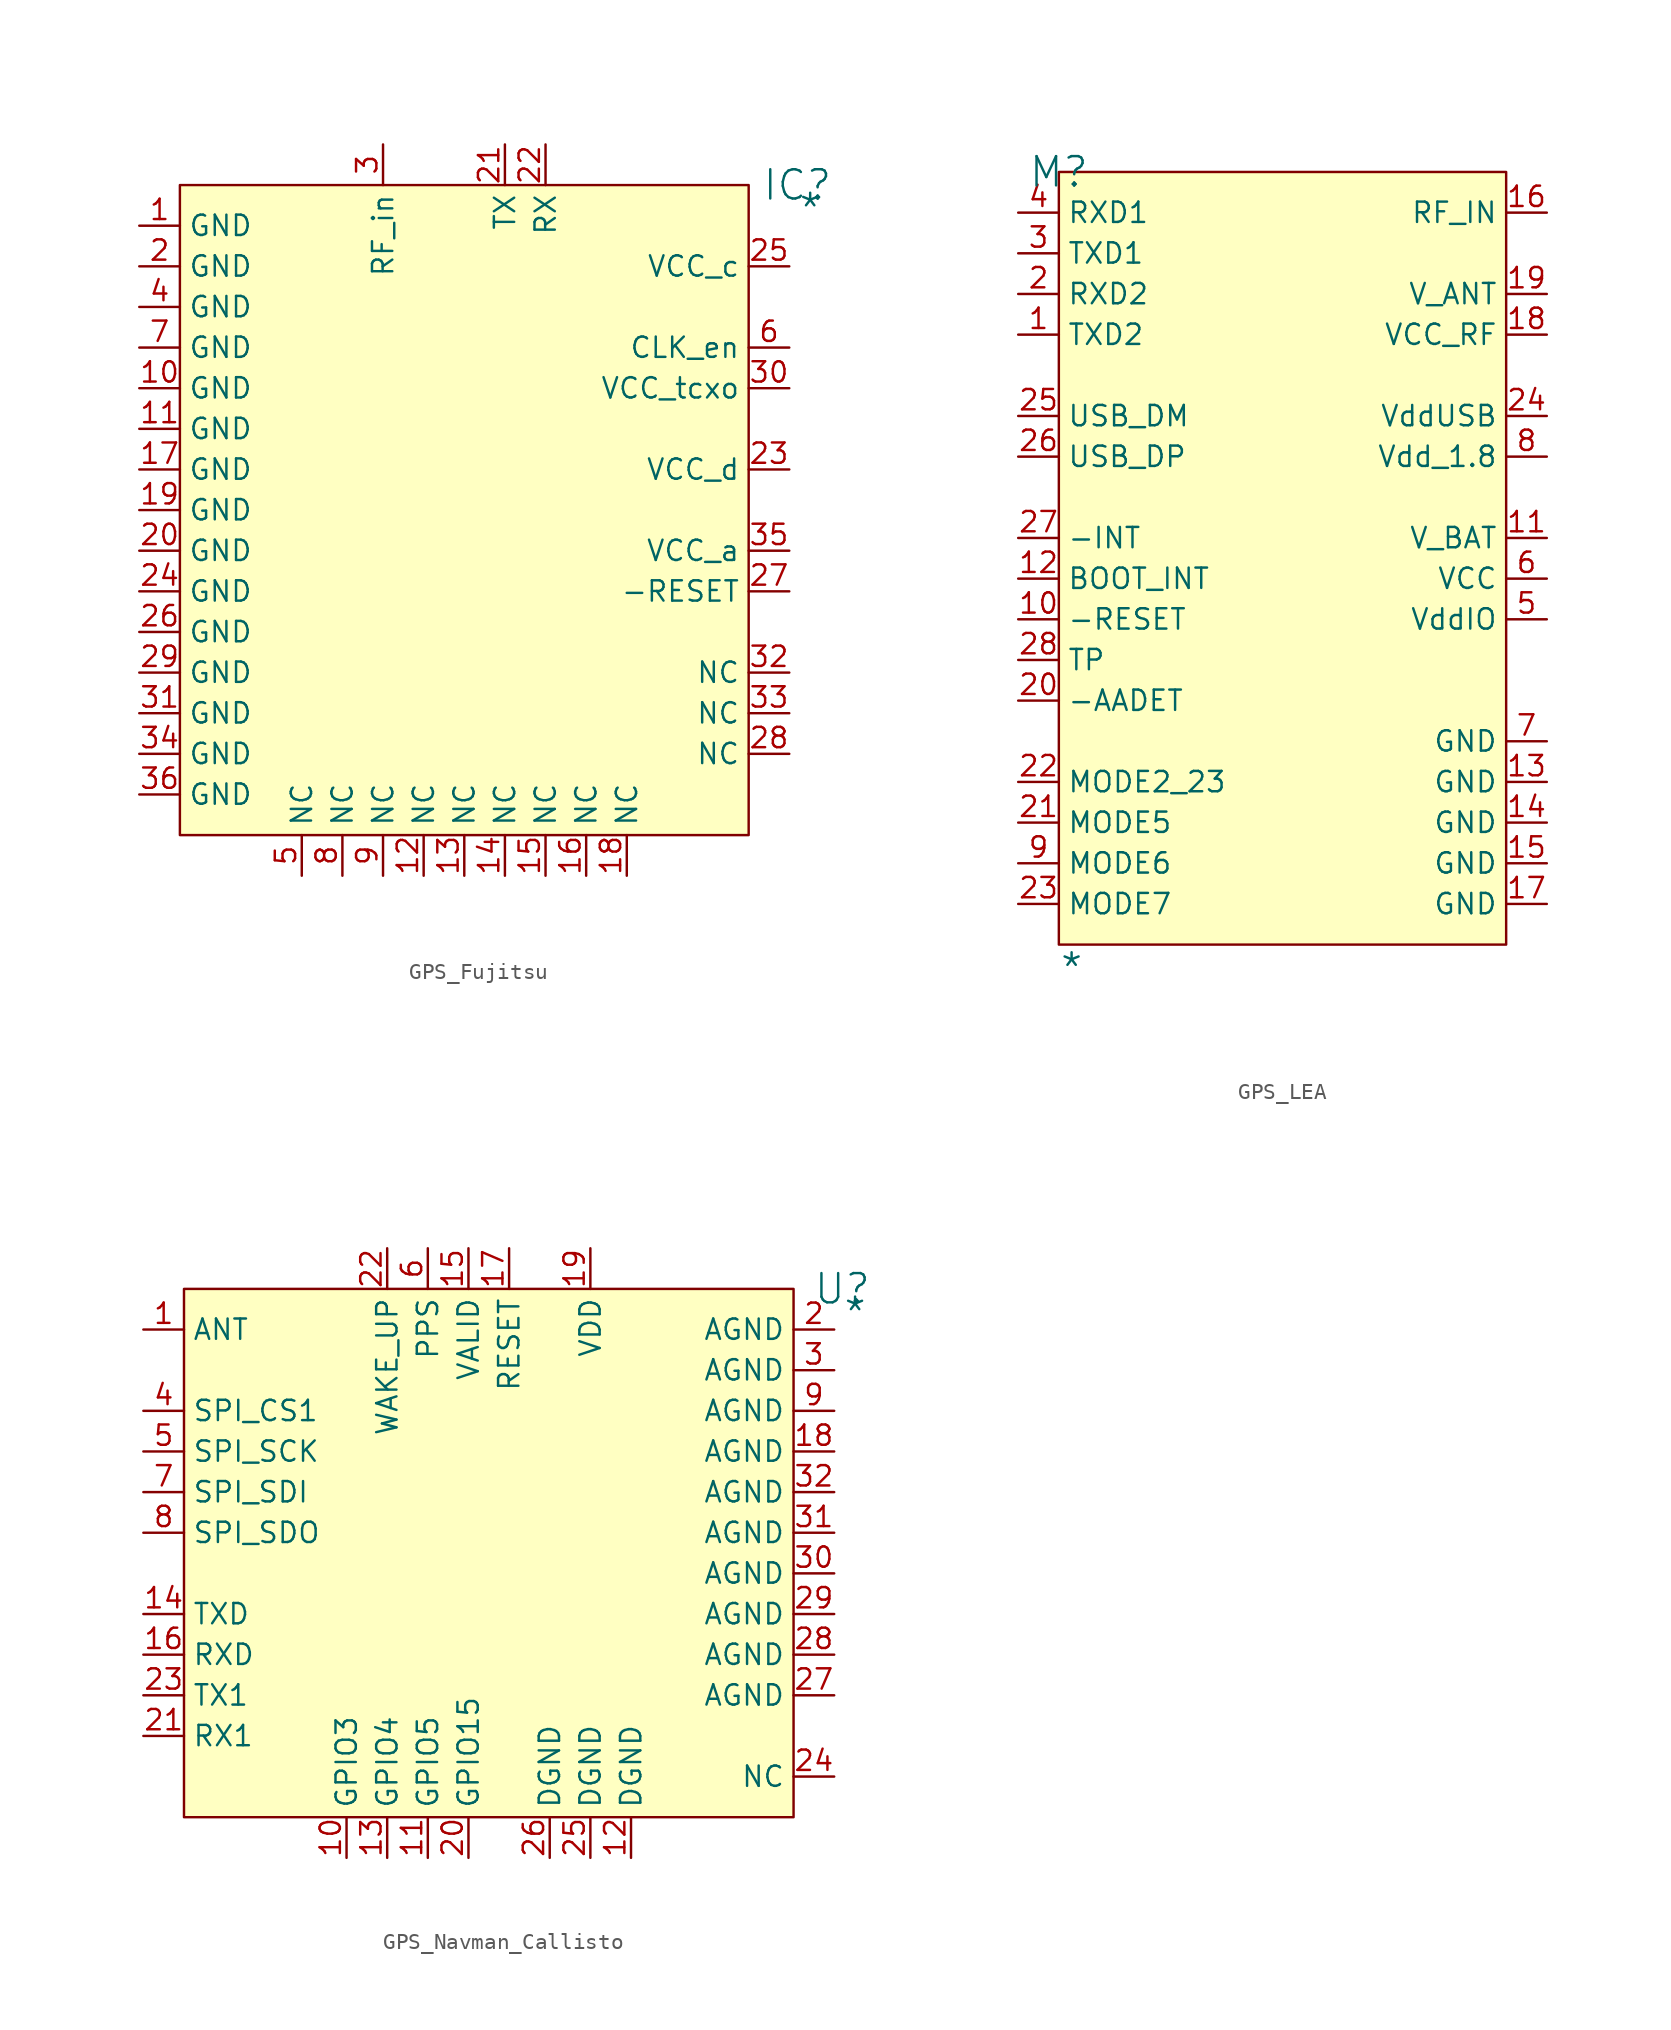
<source format=kicad_sym>
(kicad_symbol_lib
  (version 20241209)
  (generator "kicad_symbol_editor")
  (generator_version "9.0")
  (symbol "GPS_Fujitsu"
    (property "Reference" "IC"
      (at 38.608 0 0)
      (effects (font (size 1.829 1.829))))
    (property "Value" "*"
      (at 38.608 -2.54 0)
      (effects (font (size 1.829 1.829)) (justify left bottom)))
    (symbol "GPS_Fujitsu_1_0"
      (rectangle (start 35.56 0) (end 0 -40.64) (stroke (width 0) (type solid) (color 128 0 0 1)) (fill (type background)))
      (pin passive line (at -2.54 -2.54 0) (length 2.54) (name "GND" (effects (font (size 1.27 1.27)))) (number "1" (effects (font (size 1.27 1.27)))))
      (pin passive line (at -2.54 -5.08 0) (length 2.54) (name "GND" (effects (font (size 1.27 1.27)))) (number "2" (effects (font (size 1.27 1.27)))))
      (pin passive line (at -2.54 -7.62 0) (length 2.54) (name "GND" (effects (font (size 1.27 1.27)))) (number "4" (effects (font (size 1.27 1.27)))))
      (pin passive line (at -2.54 -10.16 0) (length 2.54) (name "GND" (effects (font (size 1.27 1.27)))) (number "7" (effects (font (size 1.27 1.27)))))
      (pin passive line (at -2.54 -12.7 0) (length 2.54) (name "GND" (effects (font (size 1.27 1.27)))) (number "10" (effects (font (size 1.27 1.27)))))
      (pin passive line (at -2.54 -15.24 0) (length 2.54) (name "GND" (effects (font (size 1.27 1.27)))) (number "11" (effects (font (size 1.27 1.27)))))
      (pin passive line (at -2.54 -17.78 0) (length 2.54) (name "GND" (effects (font (size 1.27 1.27)))) (number "17" (effects (font (size 1.27 1.27)))))
      (pin passive line (at -2.54 -20.32 0) (length 2.54) (name "GND" (effects (font (size 1.27 1.27)))) (number "19" (effects (font (size 1.27 1.27)))))
      (pin passive line (at -2.54 -22.86 0) (length 2.54) (name "GND" (effects (font (size 1.27 1.27)))) (number "20" (effects (font (size 1.27 1.27)))))
      (pin passive line (at -2.54 -25.4 0) (length 2.54) (name "GND" (effects (font (size 1.27 1.27)))) (number "24" (effects (font (size 1.27 1.27)))))
      (pin passive line (at -2.54 -27.94 0) (length 2.54) (name "GND" (effects (font (size 1.27 1.27)))) (number "26" (effects (font (size 1.27 1.27)))))
      (pin passive line (at -2.54 -30.48 0) (length 2.54) (name "GND" (effects (font (size 1.27 1.27)))) (number "29" (effects (font (size 1.27 1.27)))))
      (pin passive line (at -2.54 -33.02 0) (length 2.54) (name "GND" (effects (font (size 1.27 1.27)))) (number "31" (effects (font (size 1.27 1.27)))))
      (pin passive line (at -2.54 -35.56 0) (length 2.54) (name "GND" (effects (font (size 1.27 1.27)))) (number "34" (effects (font (size 1.27 1.27)))))
      (pin passive line (at -2.54 -38.1 0) (length 2.54) (name "GND" (effects (font (size 1.27 1.27)))) (number "36" (effects (font (size 1.27 1.27)))))
      (pin passive line (at 7.62 -43.18 90) (length 2.54) (name "NC" (effects (font (size 1.27 1.27)))) (number "5" (effects (font (size 1.27 1.27)))))
      (pin passive line (at 10.16 -43.18 90) (length 2.54) (name "NC" (effects (font (size 1.27 1.27)))) (number "8" (effects (font (size 1.27 1.27)))))
      (pin passive line (at 12.7 2.54 270) (length 2.54) (name "RF_in" (effects (font (size 1.27 1.27)))) (number "3" (effects (font (size 1.27 1.27)))))
      (pin passive line (at 12.7 -43.18 90) (length 2.54) (name "NC" (effects (font (size 1.27 1.27)))) (number "9" (effects (font (size 1.27 1.27)))))
      (pin passive line (at 15.24 -43.18 90) (length 2.54) (name "NC" (effects (font (size 1.27 1.27)))) (number "12" (effects (font (size 1.27 1.27)))))
      (pin passive line (at 17.78 -43.18 90) (length 2.54) (name "NC" (effects (font (size 1.27 1.27)))) (number "13" (effects (font (size 1.27 1.27)))))
      (pin passive line (at 20.32 2.54 270) (length 2.54) (name "TX" (effects (font (size 1.27 1.27)))) (number "21" (effects (font (size 1.27 1.27)))))
      (pin passive line (at 20.32 -43.18 90) (length 2.54) (name "NC" (effects (font (size 1.27 1.27)))) (number "14" (effects (font (size 1.27 1.27)))))
      (pin passive line (at 22.86 2.54 270) (length 2.54) (name "RX" (effects (font (size 1.27 1.27)))) (number "22" (effects (font (size 1.27 1.27)))))
      (pin passive line (at 22.86 -43.18 90) (length 2.54) (name "NC" (effects (font (size 1.27 1.27)))) (number "15" (effects (font (size 1.27 1.27)))))
      (pin passive line (at 25.4 -43.18 90) (length 2.54) (name "NC" (effects (font (size 1.27 1.27)))) (number "16" (effects (font (size 1.27 1.27)))))
      (pin passive line (at 27.94 -43.18 90) (length 2.54) (name "NC" (effects (font (size 1.27 1.27)))) (number "18" (effects (font (size 1.27 1.27)))))
      (pin passive line (at 38.1 -5.08 180) (length 2.54) (name "VCC_c" (effects (font (size 1.27 1.27)))) (number "25" (effects (font (size 1.27 1.27)))))
      (pin passive line (at 38.1 -10.16 180) (length 2.54) (name "CLK_en" (effects (font (size 1.27 1.27)))) (number "6" (effects (font (size 1.27 1.27)))))
      (pin passive line (at 38.1 -12.7 180) (length 2.54) (name "VCC_tcxo" (effects (font (size 1.27 1.27)))) (number "30" (effects (font (size 1.27 1.27)))))
      (pin passive line (at 38.1 -17.78 180) (length 2.54) (name "VCC_d" (effects (font (size 1.27 1.27)))) (number "23" (effects (font (size 1.27 1.27)))))
      (pin passive line (at 38.1 -22.86 180) (length 2.54) (name "VCC_a" (effects (font (size 1.27 1.27)))) (number "35" (effects (font (size 1.27 1.27)))))
      (pin passive line (at 38.1 -25.4 180) (length 2.54) (name "-RESET" (effects (font (size 1.27 1.27)))) (number "27" (effects (font (size 1.27 1.27)))))
      (pin passive line (at 38.1 -30.48 180) (length 2.54) (name "NC" (effects (font (size 1.27 1.27)))) (number "32" (effects (font (size 1.27 1.27)))))
      (pin passive line (at 38.1 -33.02 180) (length 2.54) (name "NC" (effects (font (size 1.27 1.27)))) (number "33" (effects (font (size 1.27 1.27)))))
      (pin passive line (at 38.1 -35.56 180) (length 2.54) (name "NC" (effects (font (size 1.27 1.27)))) (number "28" (effects (font (size 1.27 1.27)))))))
  (symbol "GPS_LEA"
    (property "Reference" "M"
      (at 0 0 0)
      (effects (font (size 1.829 1.829))))
    (property "Value" "*"
      (at 0 -50.8 0)
      (effects (font (size 1.829 1.829)) (justify left bottom)))
    (symbol "GPS_LEA_1_0"
      (rectangle (start 27.94 0) (end 0 -48.26) (stroke (width 0) (type solid) (color 128 0 0 1)) (fill (type background)))
      (pin passive line (at -2.54 -2.54 0) (length 2.54) (name "RXD1" (effects (font (size 1.27 1.27)))) (number "4" (effects (font (size 1.27 1.27)))))
      (pin passive line (at -2.54 -5.08 0) (length 2.54) (name "TXD1" (effects (font (size 1.27 1.27)))) (number "3" (effects (font (size 1.27 1.27)))))
      (pin passive line (at -2.54 -7.62 0) (length 2.54) (name "RXD2" (effects (font (size 1.27 1.27)))) (number "2" (effects (font (size 1.27 1.27)))))
      (pin passive line (at -2.54 -10.16 0) (length 2.54) (name "TXD2" (effects (font (size 1.27 1.27)))) (number "1" (effects (font (size 1.27 1.27)))))
      (pin passive line (at -2.54 -15.24 0) (length 2.54) (name "USB_DM" (effects (font (size 1.27 1.27)))) (number "25" (effects (font (size 1.27 1.27)))))
      (pin passive line (at -2.54 -17.78 0) (length 2.54) (name "USB_DP" (effects (font (size 1.27 1.27)))) (number "26" (effects (font (size 1.27 1.27)))))
      (pin passive line (at -2.54 -22.86 0) (length 2.54) (name "-INT" (effects (font (size 1.27 1.27)))) (number "27" (effects (font (size 1.27 1.27)))))
      (pin passive line (at -2.54 -25.4 0) (length 2.54) (name "BOOT_INT" (effects (font (size 1.27 1.27)))) (number "12" (effects (font (size 1.27 1.27)))))
      (pin passive line (at -2.54 -27.94 0) (length 2.54) (name "-RESET" (effects (font (size 1.27 1.27)))) (number "10" (effects (font (size 1.27 1.27)))))
      (pin passive line (at -2.54 -30.48 0) (length 2.54) (name "TP" (effects (font (size 1.27 1.27)))) (number "28" (effects (font (size 1.27 1.27)))))
      (pin passive line (at -2.54 -33.02 0) (length 2.54) (name "-AADET" (effects (font (size 1.27 1.27)))) (number "20" (effects (font (size 1.27 1.27)))))
      (pin passive line (at -2.54 -38.1 0) (length 2.54) (name "MODE2_23" (effects (font (size 1.27 1.27)))) (number "22" (effects (font (size 1.27 1.27)))))
      (pin passive line (at -2.54 -40.64 0) (length 2.54) (name "MODE5" (effects (font (size 1.27 1.27)))) (number "21" (effects (font (size 1.27 1.27)))))
      (pin passive line (at -2.54 -43.18 0) (length 2.54) (name "MODE6" (effects (font (size 1.27 1.27)))) (number "9" (effects (font (size 1.27 1.27)))))
      (pin passive line (at -2.54 -45.72 0) (length 2.54) (name "MODE7" (effects (font (size 1.27 1.27)))) (number "23" (effects (font (size 1.27 1.27)))))
      (pin passive line (at 30.48 -2.54 180) (length 2.54) (name "RF_IN" (effects (font (size 1.27 1.27)))) (number "16" (effects (font (size 1.27 1.27)))))
      (pin passive line (at 30.48 -7.62 180) (length 2.54) (name "V_ANT" (effects (font (size 1.27 1.27)))) (number "19" (effects (font (size 1.27 1.27)))))
      (pin output line (at 30.48 -10.16 180) (length 2.54) (name "VCC_RF" (effects (font (size 1.27 1.27)))) (number "18" (effects (font (size 1.27 1.27)))))
      (pin passive line (at 30.48 -15.24 180) (length 2.54) (name "VddUSB" (effects (font (size 1.27 1.27)))) (number "24" (effects (font (size 1.27 1.27)))))
      (pin passive line (at 30.48 -17.78 180) (length 2.54) (name "Vdd_1.8" (effects (font (size 1.27 1.27)))) (number "8" (effects (font (size 1.27 1.27)))))
      (pin passive line (at 30.48 -22.86 180) (length 2.54) (name "V_BAT" (effects (font (size 1.27 1.27)))) (number "11" (effects (font (size 1.27 1.27)))))
      (pin passive line (at 30.48 -25.4 180) (length 2.54) (name "VCC" (effects (font (size 1.27 1.27)))) (number "6" (effects (font (size 1.27 1.27)))))
      (pin passive line (at 30.48 -27.94 180) (length 2.54) (name "VddIO" (effects (font (size 1.27 1.27)))) (number "5" (effects (font (size 1.27 1.27)))))
      (pin passive line (at 30.48 -35.56 180) (length 2.54) (name "GND" (effects (font (size 1.27 1.27)))) (number "7" (effects (font (size 1.27 1.27)))))
      (pin passive line (at 30.48 -38.1 180) (length 2.54) (name "GND" (effects (font (size 1.27 1.27)))) (number "13" (effects (font (size 1.27 1.27)))))
      (pin passive line (at 30.48 -40.64 180) (length 2.54) (name "GND" (effects (font (size 1.27 1.27)))) (number "14" (effects (font (size 1.27 1.27)))))
      (pin passive line (at 30.48 -43.18 180) (length 2.54) (name "GND" (effects (font (size 1.27 1.27)))) (number "15" (effects (font (size 1.27 1.27)))))
      (pin passive line (at 30.48 -45.72 180) (length 2.54) (name "GND" (effects (font (size 1.27 1.27)))) (number "17" (effects (font (size 1.27 1.27)))))))
  (symbol "GPS_Navman_Callisto"
    (property "Reference" "U"
      (at 41.148 0 0)
      (effects (font (size 1.829 1.829))))
    (property "Value" "*"
      (at 41.148 -2.54 0)
      (effects (font (size 1.829 1.829)) (justify left bottom)))
    (symbol "GPS_Navman_Callisto_1_0"
      (rectangle (start 38.1 0) (end 0 -33.02) (stroke (width 0) (type solid) (color 128 0 0 1)) (fill (type background)))
      (pin passive line (at -2.54 -2.54 0) (length 2.54) (name "ANT" (effects (font (size 1.27 1.27)))) (number "1" (effects (font (size 1.27 1.27)))))
      (pin passive line (at -2.54 -7.62 0) (length 2.54) (name "SPI_CS1" (effects (font (size 1.27 1.27)))) (number "4" (effects (font (size 1.27 1.27)))))
      (pin passive line (at -2.54 -10.16 0) (length 2.54) (name "SPI_SCK" (effects (font (size 1.27 1.27)))) (number "5" (effects (font (size 1.27 1.27)))))
      (pin passive line (at -2.54 -12.7 0) (length 2.54) (name "SPI_SDI" (effects (font (size 1.27 1.27)))) (number "7" (effects (font (size 1.27 1.27)))))
      (pin passive line (at -2.54 -15.24 0) (length 2.54) (name "SPI_SDO" (effects (font (size 1.27 1.27)))) (number "8" (effects (font (size 1.27 1.27)))))
      (pin passive line (at -2.54 -20.32 0) (length 2.54) (name "TXD" (effects (font (size 1.27 1.27)))) (number "14" (effects (font (size 1.27 1.27)))))
      (pin passive line (at -2.54 -22.86 0) (length 2.54) (name "RXD" (effects (font (size 1.27 1.27)))) (number "16" (effects (font (size 1.27 1.27)))))
      (pin passive line (at -2.54 -25.4 0) (length 2.54) (name "TX1" (effects (font (size 1.27 1.27)))) (number "23" (effects (font (size 1.27 1.27)))))
      (pin passive line (at -2.54 -27.94 0) (length 2.54) (name "RX1" (effects (font (size 1.27 1.27)))) (number "21" (effects (font (size 1.27 1.27)))))
      (pin passive line (at 10.16 -35.56 90) (length 2.54) (name "GPIO3" (effects (font (size 1.27 1.27)))) (number "10" (effects (font (size 1.27 1.27)))))
      (pin passive line (at 12.7 2.54 270) (length 2.54) (name "WAKE_UP" (effects (font (size 1.27 1.27)))) (number "22" (effects (font (size 1.27 1.27)))))
      (pin passive line (at 12.7 -35.56 90) (length 2.54) (name "GPIO4" (effects (font (size 1.27 1.27)))) (number "13" (effects (font (size 1.27 1.27)))))
      (pin passive line (at 15.24 2.54 270) (length 2.54) (name "PPS" (effects (font (size 1.27 1.27)))) (number "6" (effects (font (size 1.27 1.27)))))
      (pin passive line (at 15.24 -35.56 90) (length 2.54) (name "GPIO5" (effects (font (size 1.27 1.27)))) (number "11" (effects (font (size 1.27 1.27)))))
      (pin passive line (at 17.78 2.54 270) (length 2.54) (name "VALID" (effects (font (size 1.27 1.27)))) (number "15" (effects (font (size 1.27 1.27)))))
      (pin passive line (at 17.78 -35.56 90) (length 2.54) (name "GPIO15" (effects (font (size 1.27 1.27)))) (number "20" (effects (font (size 1.27 1.27)))))
      (pin passive line (at 20.32 2.54 270) (length 2.54) (name "RESET" (effects (font (size 1.27 1.27)))) (number "17" (effects (font (size 1.27 1.27)))))
      (pin passive line (at 22.86 -35.56 90) (length 2.54) (name "DGND" (effects (font (size 1.27 1.27)))) (number "26" (effects (font (size 1.27 1.27)))))
      (pin passive line (at 25.4 2.54 270) (length 2.54) (name "VDD" (effects (font (size 1.27 1.27)))) (number "19" (effects (font (size 1.27 1.27)))))
      (pin passive line (at 25.4 -35.56 90) (length 2.54) (name "DGND" (effects (font (size 1.27 1.27)))) (number "25" (effects (font (size 1.27 1.27)))))
      (pin passive line (at 27.94 -35.56 90) (length 2.54) (name "DGND" (effects (font (size 1.27 1.27)))) (number "12" (effects (font (size 1.27 1.27)))))
      (pin passive line (at 40.64 -2.54 180) (length 2.54) (name "AGND" (effects (font (size 1.27 1.27)))) (number "2" (effects (font (size 1.27 1.27)))))
      (pin passive line (at 40.64 -5.08 180) (length 2.54) (name "AGND" (effects (font (size 1.27 1.27)))) (number "3" (effects (font (size 1.27 1.27)))))
      (pin passive line (at 40.64 -7.62 180) (length 2.54) (name "AGND" (effects (font (size 1.27 1.27)))) (number "9" (effects (font (size 1.27 1.27)))))
      (pin passive line (at 40.64 -10.16 180) (length 2.54) (name "AGND" (effects (font (size 1.27 1.27)))) (number "18" (effects (font (size 1.27 1.27)))))
      (pin passive line (at 40.64 -12.7 180) (length 2.54) (name "AGND" (effects (font (size 1.27 1.27)))) (number "32" (effects (font (size 1.27 1.27)))))
      (pin passive line (at 40.64 -15.24 180) (length 2.54) (name "AGND" (effects (font (size 1.27 1.27)))) (number "31" (effects (font (size 1.27 1.27)))))
      (pin passive line (at 40.64 -17.78 180) (length 2.54) (name "AGND" (effects (font (size 1.27 1.27)))) (number "30" (effects (font (size 1.27 1.27)))))
      (pin passive line (at 40.64 -20.32 180) (length 2.54) (name "AGND" (effects (font (size 1.27 1.27)))) (number "29" (effects (font (size 1.27 1.27)))))
      (pin passive line (at 40.64 -22.86 180) (length 2.54) (name "AGND" (effects (font (size 1.27 1.27)))) (number "28" (effects (font (size 1.27 1.27)))))
      (pin passive line (at 40.64 -25.4 180) (length 2.54) (name "AGND" (effects (font (size 1.27 1.27)))) (number "27" (effects (font (size 1.27 1.27)))))
      (pin passive line (at 40.64 -30.48 180) (length 2.54) (name "NC" (effects (font (size 1.27 1.27)))) (number "24" (effects (font (size 1.27 1.27))))))))
</source>
